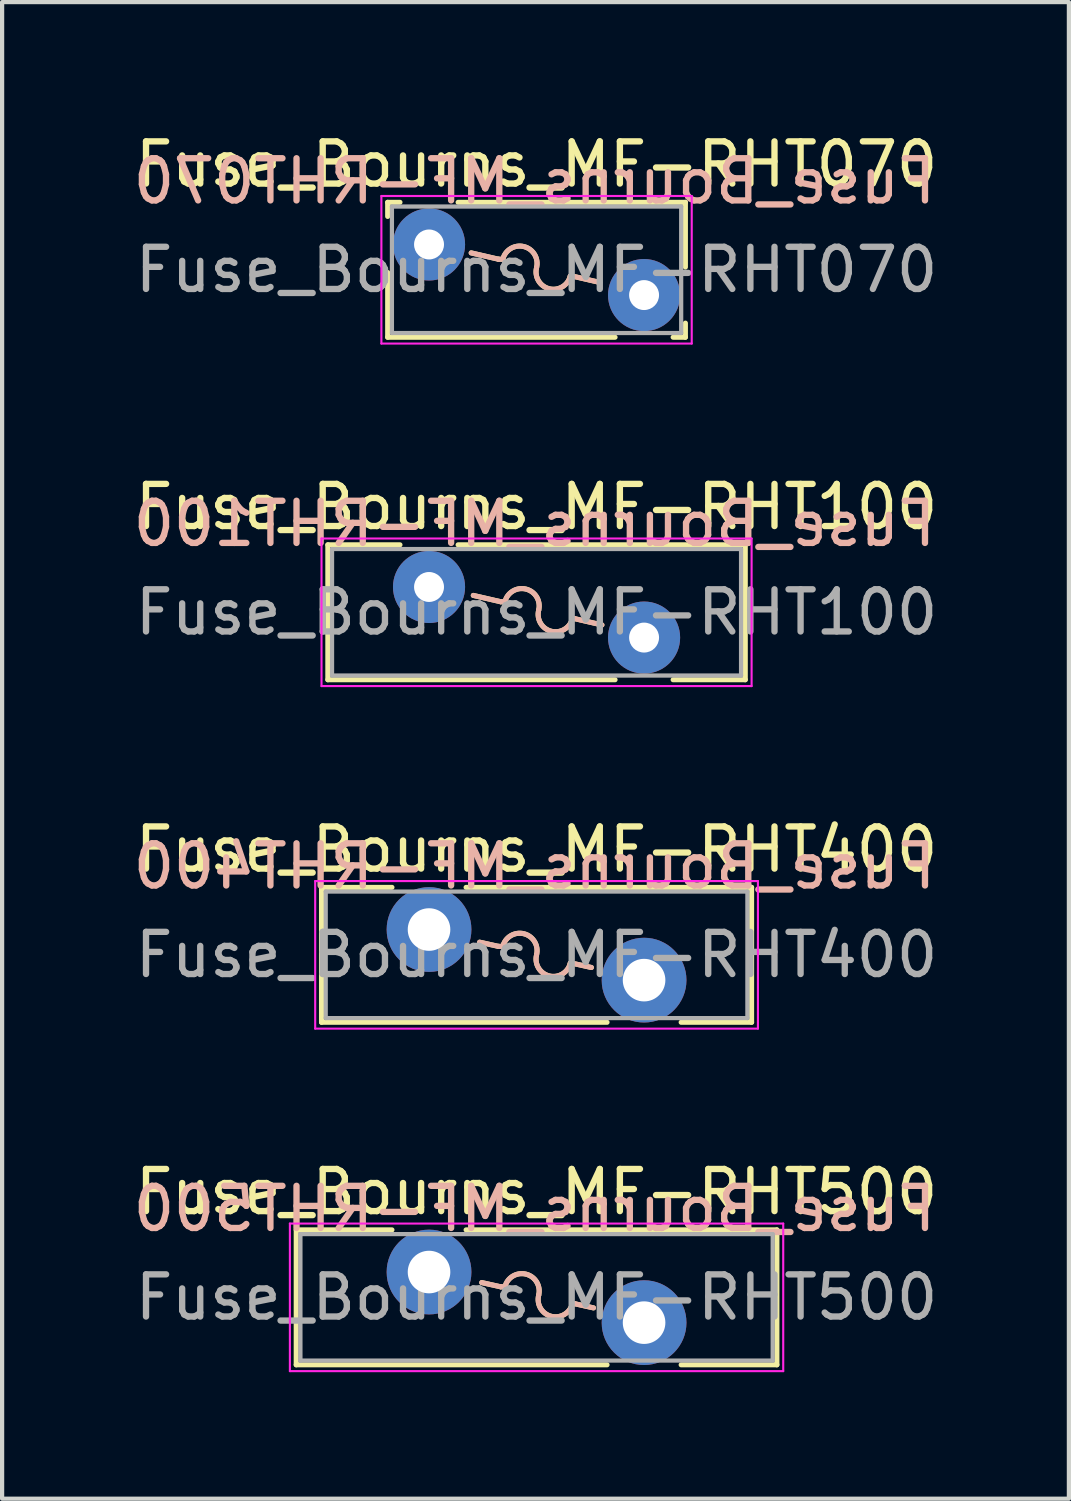
<source format=kicad_pcb>
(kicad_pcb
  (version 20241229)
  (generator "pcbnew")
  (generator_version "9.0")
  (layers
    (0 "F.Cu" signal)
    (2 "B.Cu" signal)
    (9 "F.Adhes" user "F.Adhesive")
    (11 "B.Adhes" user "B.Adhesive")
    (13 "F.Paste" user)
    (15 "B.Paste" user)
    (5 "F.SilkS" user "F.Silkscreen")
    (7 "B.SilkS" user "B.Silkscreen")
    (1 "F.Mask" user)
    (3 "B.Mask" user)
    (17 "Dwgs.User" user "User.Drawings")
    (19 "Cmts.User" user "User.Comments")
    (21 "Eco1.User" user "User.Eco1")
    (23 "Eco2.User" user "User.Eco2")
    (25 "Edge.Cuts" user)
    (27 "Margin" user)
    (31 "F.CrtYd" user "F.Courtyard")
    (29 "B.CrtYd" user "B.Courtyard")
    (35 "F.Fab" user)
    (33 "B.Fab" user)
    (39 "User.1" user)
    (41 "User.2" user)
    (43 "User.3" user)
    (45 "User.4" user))
  (footprint "Fuse_Bourns_MF-RHT400"
    (layer "F.Cu")
    (at 7.125 18.995)
    (property "Reference" "Fuse_Bourns_MF-RHT400" (at 2.55 -1.9 0) (layer "F.SilkS") (effects (font (size 1 1) (thickness 0.15))))
    (fp_line (start -2.55 -1) (end -2.55 2.2) (stroke (width 0.12) (type solid)) (layer "F.SilkS"))
    (fp_line (start -2.55 -1) (end -0.879 -1) (stroke (width 0.12) (type solid)) (layer "F.SilkS"))
    (fp_line (start -2.55 2.2) (end 4.222 2.2) (stroke (width 0.12) (type solid)) (layer "F.SilkS"))
    (fp_line (start 0.879 -1) (end 7.65 -1) (stroke (width 0.12) (type solid)) (layer "F.SilkS"))
    (fp_line (start 1.2 0.3) (end 1.65 0.4) (stroke (width 0.12) (type solid)) (layer "F.SilkS"))
    (fp_line (start 1.75 0.4) (end 1.65 0.4) (stroke (width 0.12) (type solid)) (layer "F.SilkS"))
    (fp_line (start 3.35 0.8) (end 3.4 0.8) (stroke (width 0.12) (type solid)) (layer "F.SilkS"))
    (fp_line (start 3.4 0.8) (end 3.85 0.9) (stroke (width 0.12) (type solid)) (layer "F.SilkS"))
    (fp_line (start 5.979 2.2) (end 7.65 2.2) (stroke (width 0.12) (type solid)) (layer "F.SilkS"))
    (fp_line (start 7.65 -1) (end 7.65 2.2) (stroke (width 0.12) (type solid)) (layer "F.SilkS"))
    (fp_arc (start 1.750001 0.400001) (mid 2.249999 0.100001) (end 2.549999 0.599999) (stroke (width 0.12) (type solid)) (layer "F.SilkS"))
    (fp_arc (start 3.349999 0.799999) (mid 2.850001 1.099999) (end 2.550001 0.600001) (stroke (width 0.12) (type solid)) (layer "F.SilkS"))
    (fp_line (start 1.2 0.3) (end 1.65 0.4) (stroke (width 0.12) (type solid)) (layer "B.SilkS"))
    (fp_line (start 1.75 0.4) (end 1.65 0.4) (stroke (width 0.12) (type solid)) (layer "B.SilkS"))
    (fp_line (start 3.35 0.8) (end 3.4 0.8) (stroke (width 0.12) (type solid)) (layer "B.SilkS"))
    (fp_line (start 3.4 0.8) (end 3.85 0.9) (stroke (width 0.12) (type solid)) (layer "B.SilkS"))
    (fp_arc (start 1.750001 0.400001) (mid 2.249999 0.100001) (end 2.549999 0.599999) (stroke (width 0.12) (type solid)) (layer "B.SilkS"))
    (fp_arc (start 3.349999 0.799999) (mid 2.850001 1.099999) (end 2.550001 0.600001) (stroke (width 0.12) (type solid)) (layer "B.SilkS"))
    (fp_line (start -2.7 -1.15) (end -2.7 2.35) (stroke (width 0.05) (type solid)) (layer "F.CrtYd"))
    (fp_line (start -2.7 2.35) (end 7.8 2.35) (stroke (width 0.05) (type solid)) (layer "F.CrtYd"))
    (fp_line (start 7.8 -1.15) (end -2.7 -1.15) (stroke (width 0.05) (type solid)) (layer "F.CrtYd"))
    (fp_line (start 7.8 2.35) (end 7.8 -1.15) (stroke (width 0.05) (type solid)) (layer "F.CrtYd"))
    (fp_line (start -2.45 -0.9) (end -2.45 2.1) (stroke (width 0.1) (type solid)) (layer "F.Fab"))
    (fp_line (start -2.45 2.1) (end 7.55 2.1) (stroke (width 0.1) (type solid)) (layer "F.Fab"))
    (fp_line (start 7.55 -0.9) (end -2.45 -0.9) (stroke (width 0.1) (type solid)) (layer "F.Fab"))
    (fp_line (start 7.55 2.1) (end 7.55 -0.9) (stroke (width 0.1) (type solid)) (layer "F.Fab"))
    (fp_text user "${REFERENCE}" (at 2.5 -1.5 0) (layer "B.SilkS") (effects (font (size 1 1) (thickness 0.15)) (justify mirror)))
    (fp_text user "${REFERENCE}" (at 2.55 0.6 0) (layer "F.Fab") (effects (font (size 1 1) (thickness 0.15))))
    (pad "1" thru_hole circle (at 0 0) (size 2.01 2.01) (drill 1.01) (layers "*.Cu" "*.Mask"))
    (pad "2" thru_hole circle (at 5.1 1.2) (size 2.01 2.01) (drill 1.01) (layers "*.Cu" "*.Mask")))
  (footprint "Fuse_Bourns_MF-RHT100"
    (layer "F.Cu")
    (at 7.125 10.871)
    (property "Reference" "Fuse_Bourns_MF-RHT100" (at 2.55 -1.9 0) (layer "F.SilkS") (effects (font (size 1 1) (thickness 0.15))))
    (fp_line (start -2.4 -1) (end -2.4 2.2) (stroke (width 0.12) (type solid)) (layer "F.SilkS"))
    (fp_line (start -2.4 -1) (end -0.689 -1) (stroke (width 0.12) (type solid)) (layer "F.SilkS"))
    (fp_line (start -2.4 2.2) (end 4.412 2.2) (stroke (width 0.12) (type solid)) (layer "F.SilkS"))
    (fp_line (start 0.689 -1) (end 7.5 -1) (stroke (width 0.12) (type solid)) (layer "F.SilkS"))
    (fp_line (start 1.05 0.2) (end 1.7 0.35) (stroke (width 0.12) (type solid)) (layer "F.SilkS"))
    (fp_line (start 1.8 0.35) (end 1.7 0.35) (stroke (width 0.12) (type solid)) (layer "F.SilkS"))
    (fp_line (start 3.4 0.75) (end 3.45 0.75) (stroke (width 0.12) (type solid)) (layer "F.SilkS"))
    (fp_line (start 3.45 0.75) (end 4.1 0.9) (stroke (width 0.12) (type solid)) (layer "F.SilkS"))
    (fp_line (start 5.789 2.2) (end 7.5 2.2) (stroke (width 0.12) (type solid)) (layer "F.SilkS"))
    (fp_line (start 7.5 -1) (end 7.5 2.2) (stroke (width 0.12) (type solid)) (layer "F.SilkS"))
    (fp_arc (start 1.800001 0.350001) (mid 2.299999 0.050001) (end 2.599999 0.549999) (stroke (width 0.12) (type solid)) (layer "F.SilkS"))
    (fp_arc (start 3.399999 0.749999) (mid 2.900001 1.049999) (end 2.600001 0.550001) (stroke (width 0.12) (type solid)) (layer "F.SilkS"))
    (fp_line (start 1.05 0.2) (end 1.7 0.35) (stroke (width 0.12) (type solid)) (layer "B.SilkS"))
    (fp_line (start 1.8 0.35) (end 1.7 0.35) (stroke (width 0.12) (type solid)) (layer "B.SilkS"))
    (fp_line (start 3.4 0.75) (end 3.45 0.75) (stroke (width 0.12) (type solid)) (layer "B.SilkS"))
    (fp_line (start 3.45 0.75) (end 4.1 0.9) (stroke (width 0.12) (type solid)) (layer "B.SilkS"))
    (fp_arc (start 1.800001 0.350001) (mid 2.299999 0.050001) (end 2.599999 0.549999) (stroke (width 0.12) (type solid)) (layer "B.SilkS"))
    (fp_arc (start 3.399999 0.749999) (mid 2.900001 1.049999) (end 2.600001 0.550001) (stroke (width 0.12) (type solid)) (layer "B.SilkS"))
    (fp_line (start -2.55 -1.15) (end -2.55 2.35) (stroke (width 0.05) (type solid)) (layer "F.CrtYd"))
    (fp_line (start -2.55 2.35) (end 7.65 2.35) (stroke (width 0.05) (type solid)) (layer "F.CrtYd"))
    (fp_line (start 7.65 -1.15) (end -2.55 -1.15) (stroke (width 0.05) (type solid)) (layer "F.CrtYd"))
    (fp_line (start 7.65 2.35) (end 7.65 -1.15) (stroke (width 0.05) (type solid)) (layer "F.CrtYd"))
    (fp_line (start -2.3 -0.9) (end -2.3 2.1) (stroke (width 0.1) (type solid)) (layer "F.Fab"))
    (fp_line (start -2.3 2.1) (end 7.4 2.1) (stroke (width 0.1) (type solid)) (layer "F.Fab"))
    (fp_line (start 7.4 -0.9) (end -2.3 -0.9) (stroke (width 0.1) (type solid)) (layer "F.Fab"))
    (fp_line (start 7.4 2.1) (end 7.4 -0.9) (stroke (width 0.1) (type solid)) (layer "F.Fab"))
    (fp_text user "${REFERENCE}" (at 2.5 -1.5 0) (layer "B.SilkS") (effects (font (size 1 1) (thickness 0.15)) (justify mirror)))
    (fp_text user "${REFERENCE}" (at 2.55 0.6 0) (layer "F.Fab") (effects (font (size 1 1) (thickness 0.15))))
    (pad "1" thru_hole circle (at 0 0) (size 1.71 1.71) (drill 0.71) (layers "*.Cu" "*.Mask"))
    (pad "2" thru_hole circle (at 5.1 1.2) (size 1.71 1.71) (drill 0.71) (layers "*.Cu" "*.Mask")))
  (footprint "Fuse_Bourns_MF-RHT500"
    (layer "F.Cu")
    (at 7.125 27.118)
    (property "Reference" "Fuse_Bourns_MF-RHT500" (at 2.55 -1.9 0) (layer "F.SilkS") (effects (font (size 1 1) (thickness 0.15))))
    (fp_line (start -3.15 -1) (end -3.15 2.2) (stroke (width 0.12) (type solid)) (layer "F.SilkS"))
    (fp_line (start -3.15 -1) (end -0.879 -1) (stroke (width 0.12) (type solid)) (layer "F.SilkS"))
    (fp_line (start -3.15 2.2) (end 4.222 2.2) (stroke (width 0.12) (type solid)) (layer "F.SilkS"))
    (fp_line (start 0.879 -1) (end 8.25 -1) (stroke (width 0.12) (type solid)) (layer "F.SilkS"))
    (fp_line (start 1.25 0.25) (end 1.7 0.35) (stroke (width 0.12) (type solid)) (layer "F.SilkS"))
    (fp_line (start 1.8 0.35) (end 1.7 0.35) (stroke (width 0.12) (type solid)) (layer "F.SilkS"))
    (fp_line (start 3.4 0.75) (end 3.45 0.75) (stroke (width 0.12) (type solid)) (layer "F.SilkS"))
    (fp_line (start 3.45 0.75) (end 3.9 0.85) (stroke (width 0.12) (type solid)) (layer "F.SilkS"))
    (fp_line (start 5.979 2.2) (end 8.25 2.2) (stroke (width 0.12) (type solid)) (layer "F.SilkS"))
    (fp_line (start 8.25 -1) (end 8.25 2.2) (stroke (width 0.12) (type solid)) (layer "F.SilkS"))
    (fp_arc (start 1.800001 0.350001) (mid 2.299999 0.050001) (end 2.599999 0.549999) (stroke (width 0.12) (type solid)) (layer "F.SilkS"))
    (fp_arc (start 3.399999 0.749999) (mid 2.900001 1.049999) (end 2.600001 0.550001) (stroke (width 0.12) (type solid)) (layer "F.SilkS"))
    (fp_line (start 1.25 0.25) (end 1.7 0.35) (stroke (width 0.12) (type solid)) (layer "B.SilkS"))
    (fp_line (start 1.8 0.35) (end 1.7 0.35) (stroke (width 0.12) (type solid)) (layer "B.SilkS"))
    (fp_line (start 3.4 0.75) (end 3.45 0.75) (stroke (width 0.12) (type solid)) (layer "B.SilkS"))
    (fp_line (start 3.45 0.75) (end 3.9 0.85) (stroke (width 0.12) (type solid)) (layer "B.SilkS"))
    (fp_arc (start 1.800001 0.350001) (mid 2.299999 0.050001) (end 2.599999 0.549999) (stroke (width 0.12) (type solid)) (layer "B.SilkS"))
    (fp_arc (start 3.399999 0.749999) (mid 2.900001 1.049999) (end 2.600001 0.550001) (stroke (width 0.12) (type solid)) (layer "B.SilkS"))
    (fp_line (start -3.3 -1.15) (end -3.3 2.35) (stroke (width 0.05) (type solid)) (layer "F.CrtYd"))
    (fp_line (start -3.3 2.35) (end 8.4 2.35) (stroke (width 0.05) (type solid)) (layer "F.CrtYd"))
    (fp_line (start 8.4 -1.15) (end -3.3 -1.15) (stroke (width 0.05) (type solid)) (layer "F.CrtYd"))
    (fp_line (start 8.4 2.35) (end 8.4 -1.15) (stroke (width 0.05) (type solid)) (layer "F.CrtYd"))
    (fp_line (start -3.05 -0.9) (end -3.05 2.1) (stroke (width 0.1) (type solid)) (layer "F.Fab"))
    (fp_line (start -3.05 2.1) (end 8.15 2.1) (stroke (width 0.1) (type solid)) (layer "F.Fab"))
    (fp_line (start 8.15 -0.9) (end -3.05 -0.9) (stroke (width 0.1) (type solid)) (layer "F.Fab"))
    (fp_line (start 8.15 2.1) (end 8.15 -0.9) (stroke (width 0.1) (type solid)) (layer "F.Fab"))
    (fp_text user "${REFERENCE}" (at 2.5 -1.5 0) (layer "B.SilkS") (effects (font (size 1 1) (thickness 0.15)) (justify mirror)))
    (fp_text user "${REFERENCE}" (at 2.55 0.6 0) (layer "F.Fab") (effects (font (size 1 1) (thickness 0.15))))
    (pad "1" thru_hole circle (at 0 0) (size 2.01 2.01) (drill 1.01) (layers "*.Cu" "*.Mask"))
    (pad "2" thru_hole circle (at 5.1 1.2) (size 2.01 2.01) (drill 1.01) (layers "*.Cu" "*.Mask")))
  (footprint "Fuse_Bourns_MF-RHT070"
    (layer "F.Cu")
    (at 7.125 2.748)
    (property "Reference" "Fuse_Bourns_MF-RHT070" (at 2.55 -1.9 0) (layer "F.SilkS") (effects (font (size 1 1) (thickness 0.15))))
    (fp_line (start -0.981 -1) (end -0.981 -0.665) (stroke (width 0.12) (type solid)) (layer "F.SilkS"))
    (fp_line (start -0.981 -1) (end -0.689 -1) (stroke (width 0.12) (type solid)) (layer "F.SilkS"))
    (fp_line (start -0.981 0.665) (end -0.981 2.2) (stroke (width 0.12) (type solid)) (layer "F.SilkS"))
    (fp_line (start -0.981 2.2) (end 4.412 2.2) (stroke (width 0.12) (type solid)) (layer "F.SilkS"))
    (fp_line (start 0.689 -1) (end 6.08 -1) (stroke (width 0.12) (type solid)) (layer "F.SilkS"))
    (fp_line (start 1 0.2) (end 1.65 0.35) (stroke (width 0.12) (type solid)) (layer "F.SilkS"))
    (fp_line (start 1.75 0.35) (end 1.65 0.35) (stroke (width 0.12) (type solid)) (layer "F.SilkS"))
    (fp_line (start 3.35 0.75) (end 3.4 0.75) (stroke (width 0.12) (type solid)) (layer "F.SilkS"))
    (fp_line (start 3.4 0.75) (end 4.05 0.9) (stroke (width 0.12) (type solid)) (layer "F.SilkS"))
    (fp_line (start 5.789 2.2) (end 6.08 2.2) (stroke (width 0.12) (type solid)) (layer "F.SilkS"))
    (fp_line (start 6.08 -1) (end 6.08 0.536) (stroke (width 0.12) (type solid)) (layer "F.SilkS"))
    (fp_line (start 6.08 1.865) (end 6.08 2.2) (stroke (width 0.12) (type solid)) (layer "F.SilkS"))
    (fp_arc (start 1.750001 0.350001) (mid 2.249999 0.050001) (end 2.549999 0.549999) (stroke (width 0.12) (type solid)) (layer "F.SilkS"))
    (fp_arc (start 3.349999 0.749999) (mid 2.850001 1.049999) (end 2.550001 0.550001) (stroke (width 0.12) (type solid)) (layer "F.SilkS"))
    (fp_line (start 1 0.2) (end 1.65 0.35) (stroke (width 0.12) (type solid)) (layer "B.SilkS"))
    (fp_line (start 1.75 0.35) (end 1.65 0.35) (stroke (width 0.12) (type solid)) (layer "B.SilkS"))
    (fp_line (start 3.35 0.75) (end 3.4 0.75) (stroke (width 0.12) (type solid)) (layer "B.SilkS"))
    (fp_line (start 3.4 0.75) (end 4.05 0.9) (stroke (width 0.12) (type solid)) (layer "B.SilkS"))
    (fp_arc (start 1.750001 0.350001) (mid 2.249999 0.050001) (end 2.549999 0.549999) (stroke (width 0.12) (type solid)) (layer "B.SilkS"))
    (fp_arc (start 3.349999 0.749999) (mid 2.850001 1.049999) (end 2.550001 0.550001) (stroke (width 0.12) (type solid)) (layer "B.SilkS"))
    (fp_line (start -1.13 -1.15) (end -1.13 2.35) (stroke (width 0.05) (type solid)) (layer "F.CrtYd"))
    (fp_line (start -1.13 2.35) (end 6.23 2.35) (stroke (width 0.05) (type solid)) (layer "F.CrtYd"))
    (fp_line (start 6.23 -1.15) (end -1.13 -1.15) (stroke (width 0.05) (type solid)) (layer "F.CrtYd"))
    (fp_line (start 6.23 2.35) (end 6.23 -1.15) (stroke (width 0.05) (type solid)) (layer "F.CrtYd"))
    (fp_line (start -0.88 -0.9) (end -0.88 2.1) (stroke (width 0.1) (type solid)) (layer "F.Fab"))
    (fp_line (start -0.88 2.1) (end 5.98 2.1) (stroke (width 0.1) (type solid)) (layer "F.Fab"))
    (fp_line (start 5.98 -0.9) (end -0.88 -0.9) (stroke (width 0.1) (type solid)) (layer "F.Fab"))
    (fp_line (start 5.98 2.1) (end 5.98 -0.9) (stroke (width 0.1) (type solid)) (layer "F.Fab"))
    (fp_text user "${REFERENCE}" (at 2.5 -1.5 0) (layer "B.SilkS") (effects (font (size 1 1) (thickness 0.15)) (justify mirror)))
    (fp_text user "${REFERENCE}" (at 2.55 0.6 0) (layer "F.Fab") (effects (font (size 1 1) (thickness 0.15))))
    (pad "1" thru_hole circle (at 0 0) (size 1.71 1.71) (drill 0.71) (layers "*.Cu" "*.Mask"))
    (pad "2" thru_hole circle (at 5.1 1.2) (size 1.71 1.71) (drill 0.71) (layers "*.Cu" "*.Mask")))
  (gr_rect
    (start -3 -3)
    (end 22.3 32.493)
    (stroke (width 0.1) (type default))
    (fill no)
    (layer "Edge.Cuts")))
</source>
